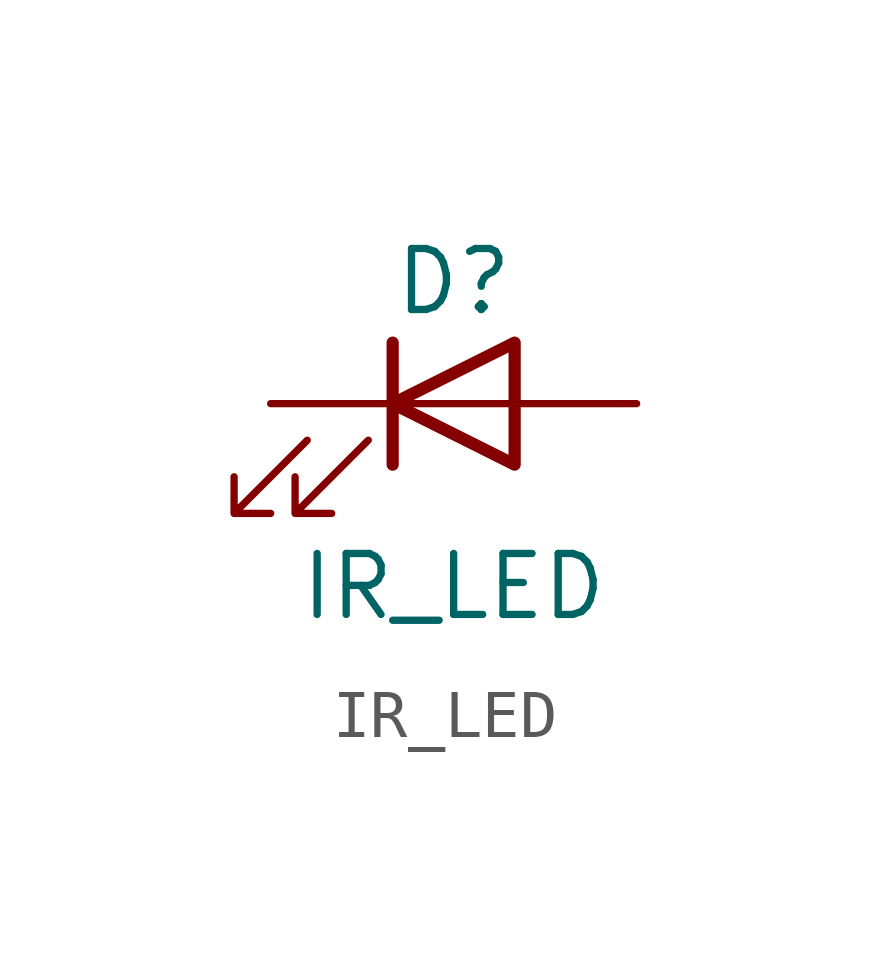
<source format=kicad_sym>
(kicad_symbol_lib
  (version 20211014)
  (generator kicad_symbol_editor)
  (symbol "IR_LED"
    (pin_numbers hide)
    (pin_names
      (offset 1.016) hide)
    (property "Reference" "D"
      (at 0 2.54 0)
      (effects (font (size 1.27 1.27))))
    (property "Value" "IR_LED"
      (at 0 -3.81 0)
      (effects (font (size 1.27 1.27))))
    (symbol "IR_LED_0_1"
      (polyline (pts (xy -1.27 -1.27) (xy -1.27 1.27)) (stroke (width 0.254) (type default) (color 0 0 0 0)) (fill (type none)))
      (polyline (pts (xy -1.27 0) (xy 1.27 0)) (stroke (width 0) (type default) (color 0 0 0 0)) (fill (type none)))
      (polyline (pts (xy 1.27 -1.27) (xy 1.27 1.27) (xy -1.27 0) (xy 1.27 -1.27)) (stroke (width 0.254) (type default) (color 0 0 0 0)) (fill (type none)))
      (polyline (pts (xy -3.048 -0.762) (xy -4.572 -2.286) (xy -3.81 -2.286) (xy -4.572 -2.286) (xy -4.572 -1.524)) (stroke (width 0) (type default) (color 0 0 0 0)) (fill (type none)))
      (polyline (pts (xy -1.778 -0.762) (xy -3.302 -2.286) (xy -2.54 -2.286) (xy -3.302 -2.286) (xy -3.302 -1.524)) (stroke (width 0) (type default) (color 0 0 0 0)) (fill (type none))))
    (symbol "IR_LED_1_1"
      (pin passive line (at -3.81 0 0) (length 2.54) (name "K" (effects (font (size 1.27 1.27)))) (number "1" (effects (font (size 1.27 1.27)))))
      (pin passive line (at 3.81 0 180) (length 2.54) (name "A" (effects (font (size 1.27 1.27)))) (number "2" (effects (font (size 1.27 1.27))))))))
</source>
